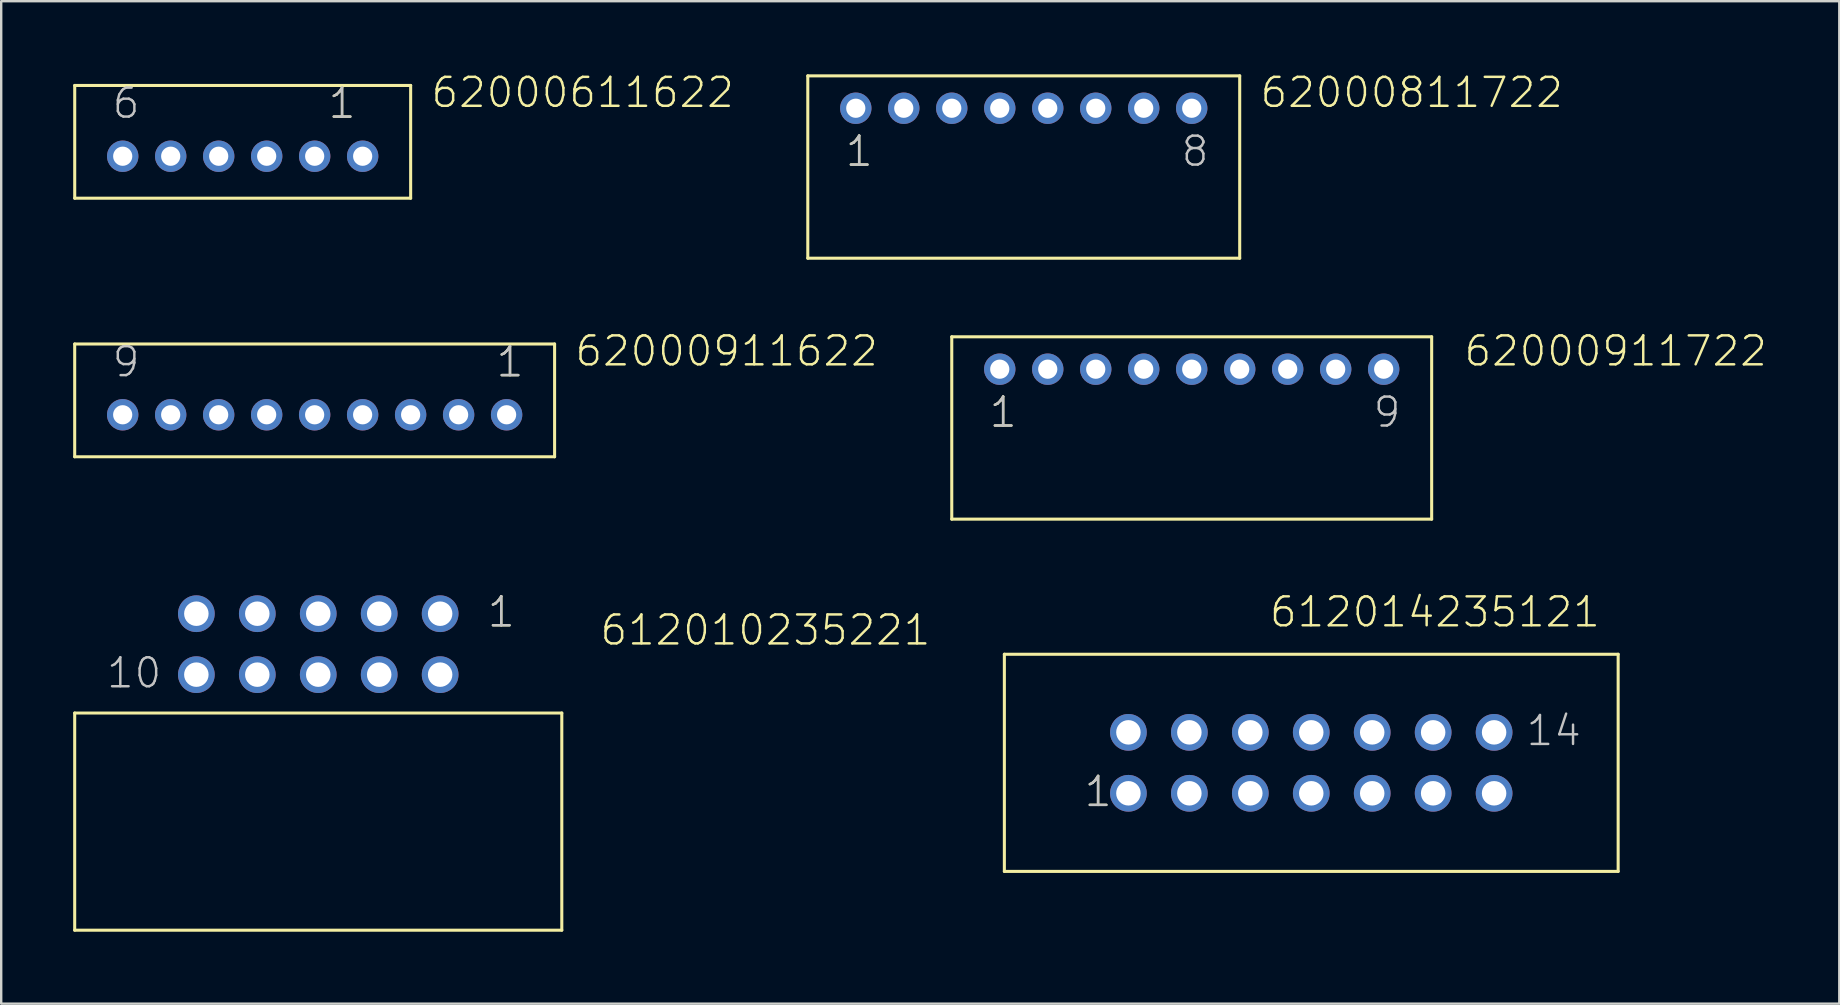
<source format=kicad_pcb>
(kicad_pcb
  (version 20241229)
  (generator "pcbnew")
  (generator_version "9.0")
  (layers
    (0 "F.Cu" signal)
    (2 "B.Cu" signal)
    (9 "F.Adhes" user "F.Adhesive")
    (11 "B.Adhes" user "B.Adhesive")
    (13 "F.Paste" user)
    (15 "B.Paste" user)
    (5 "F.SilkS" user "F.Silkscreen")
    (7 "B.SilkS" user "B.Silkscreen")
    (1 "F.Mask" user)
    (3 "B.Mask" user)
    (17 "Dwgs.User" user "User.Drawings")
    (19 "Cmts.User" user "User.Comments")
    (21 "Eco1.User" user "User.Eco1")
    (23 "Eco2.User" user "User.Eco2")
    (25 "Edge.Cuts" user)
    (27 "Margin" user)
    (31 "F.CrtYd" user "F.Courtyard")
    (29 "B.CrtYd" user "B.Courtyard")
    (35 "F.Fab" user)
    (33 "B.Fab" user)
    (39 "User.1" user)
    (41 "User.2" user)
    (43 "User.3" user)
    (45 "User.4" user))
  (footprint "62000911722"
    (layer "F.Cu")
    (at 46.615 12.336)
    (property "Reference" "62000911722" (at 11.285 -0.05 0) (layer "F.SilkS") (effects (font (size 1.206 1.206) (thickness 0.102)) (justify left bottom)))
    (attr through_hole)
    (fp_line (start -10 -1.35) (end 10 -1.35) (stroke (width 0.127) (type solid)) (layer "F.SilkS"))
    (fp_line (start -10 6.25) (end -10 -1.35) (stroke (width 0.127) (type solid)) (layer "F.SilkS"))
    (fp_line (start 10 -1.35) (end 10 6.25) (stroke (width 0.127) (type solid)) (layer "F.SilkS"))
    (fp_line (start 10 6.25) (end -10 6.25) (stroke (width 0.127) (type solid)) (layer "F.SilkS"))
    (fp_text user "1" (at -8.5 2.5 0) (layer "F.SilkS") (effects (font (size 1.206 1.206) (thickness 0.102)) (justify left bottom)))
    (fp_text user "9" (at 7.5 2.5 0) (layer "Dwgs.User") (effects (font (size 1.206 1.206) (thickness 0.102)) (justify left bottom)))
    (fp_text user "1" (at -8.5 2.5 0) (layer "Dwgs.User") (effects (font (size 1.206 1.206) (thickness 0.102)) (justify left bottom)))
    (pad "1" thru_hole circle (at -8 0 180) (size 1.308 1.308) (drill 0.8) (layers "*.Cu" "*.Mask"))
    (pad "2" thru_hole circle (at -6 0 180) (size 1.308 1.308) (drill 0.8) (layers "*.Cu" "*.Mask"))
    (pad "3" thru_hole circle (at -4 0 180) (size 1.308 1.308) (drill 0.8) (layers "*.Cu" "*.Mask"))
    (pad "4" thru_hole circle (at -2 0 180) (size 1.308 1.308) (drill 0.8) (layers "*.Cu" "*.Mask"))
    (pad "5" thru_hole circle (at 0 0 180) (size 1.308 1.308) (drill 0.8) (layers "*.Cu" "*.Mask"))
    (pad "6" thru_hole circle (at 2 0 180) (size 1.308 1.308) (drill 0.8) (layers "*.Cu" "*.Mask"))
    (pad "7" thru_hole circle (at 4 0 180) (size 1.308 1.308) (drill 0.8) (layers "*.Cu" "*.Mask"))
    (pad "8" thru_hole circle (at 6 0 180) (size 1.308 1.308) (drill 0.8) (layers "*.Cu" "*.Mask"))
    (pad "9" thru_hole circle (at 8 0 180) (size 1.308 1.308) (drill 0.8) (layers "*.Cu" "*.Mask")))
  (footprint "62000611622"
    (layer "F.Cu")
    (at 7.064 3.461)
    (property "Reference" "62000611622" (at 7.785 -1.95 0) (layer "F.SilkS") (effects (font (size 1.206 1.206) (thickness 0.102)) (justify left bottom)))
    (attr through_hole)
    (fp_line (start -7 -2.95) (end 7 -2.95) (stroke (width 0.127) (type solid)) (layer "F.SilkS"))
    (fp_line (start -7 1.75) (end -7 -2.95) (stroke (width 0.127) (type solid)) (layer "F.SilkS"))
    (fp_line (start 7 -2.95) (end 7 1.75) (stroke (width 0.127) (type solid)) (layer "F.SilkS"))
    (fp_line (start 7 1.75) (end -7 1.75) (stroke (width 0.127) (type solid)) (layer "F.SilkS"))
    (fp_text user "1" (at 3.5 -1.5 0) (layer "F.SilkS") (effects (font (size 1.206 1.206) (thickness 0.102)) (justify left bottom)))
    (fp_text user "1" (at 3.5 -1.5 0) (layer "Dwgs.User") (effects (font (size 1.206 1.206) (thickness 0.102)) (justify left bottom)))
    (fp_text user "6" (at -5.5 -1.5 0) (layer "Dwgs.User") (effects (font (size 1.206 1.206) (thickness 0.102)) (justify left bottom)))
    (pad "1" thru_hole circle (at 5 0) (size 1.308 1.308) (drill 0.8) (layers "*.Cu" "*.Mask"))
    (pad "2" thru_hole circle (at 3 0) (size 1.308 1.308) (drill 0.8) (layers "*.Cu" "*.Mask"))
    (pad "3" thru_hole circle (at 1 0) (size 1.308 1.308) (drill 0.8) (layers "*.Cu" "*.Mask"))
    (pad "4" thru_hole circle (at -1 0) (size 1.308 1.308) (drill 0.8) (layers "*.Cu" "*.Mask"))
    (pad "5" thru_hole circle (at -3 0) (size 1.308 1.308) (drill 0.8) (layers "*.Cu" "*.Mask"))
    (pad "6" thru_hole circle (at -5 0) (size 1.308 1.308) (drill 0.8) (layers "*.Cu" "*.Mask")))
  (footprint "612014235121"
    (layer "F.Cu")
    (at 51.597 28.741)
    (property "Reference" "612014235121" (at -1.805 -5.58 0) (layer "F.SilkS") (effects (font (size 1.206 1.206) (thickness 0.102)) (justify left bottom)))
    (attr through_hole)
    (fp_line (start -12.79 -4.525) (end 12.79 -4.525) (stroke (width 0.127) (type solid)) (layer "F.SilkS"))
    (fp_line (start -12.79 4.525) (end -12.79 -4.525) (stroke (width 0.127) (type solid)) (layer "F.SilkS"))
    (fp_line (start 12.79 -4.525) (end 12.79 4.525) (stroke (width 0.127) (type solid)) (layer "F.SilkS"))
    (fp_line (start 12.79 4.525) (end -12.79 4.525) (stroke (width 0.127) (type solid)) (layer "F.SilkS"))
    (fp_text user "1" (at -9.525 1.905 0) (layer "F.SilkS") (effects (font (size 1.206 1.206) (thickness 0.102)) (justify left bottom)))
    (fp_text user "1" (at -9.525 1.905 0) (layer "Dwgs.User") (effects (font (size 1.206 1.206) (thickness 0.102)) (justify left bottom)))
    (fp_text user "14" (at 8.89 -0.635 0) (layer "Dwgs.User") (effects (font (size 1.206 1.206) (thickness 0.102)) (justify left bottom)))
    (pad "1" thru_hole circle (at -7.62 1.27) (size 1.53 1.53) (drill 1.02) (layers "*.Cu" "*.Mask"))
    (pad "2" thru_hole circle (at -7.62 -1.27) (size 1.53 1.53) (drill 1.02) (layers "*.Cu" "*.Mask"))
    (pad "3" thru_hole circle (at -5.08 1.27) (size 1.53 1.53) (drill 1.02) (layers "*.Cu" "*.Mask"))
    (pad "4" thru_hole circle (at -5.08 -1.27) (size 1.53 1.53) (drill 1.02) (layers "*.Cu" "*.Mask"))
    (pad "5" thru_hole circle (at -2.54 1.27) (size 1.53 1.53) (drill 1.02) (layers "*.Cu" "*.Mask"))
    (pad "6" thru_hole circle (at -2.54 -1.27) (size 1.53 1.53) (drill 1.02) (layers "*.Cu" "*.Mask"))
    (pad "7" thru_hole circle (at 0 1.27) (size 1.53 1.53) (drill 1.02) (layers "*.Cu" "*.Mask"))
    (pad "8" thru_hole circle (at 0 -1.27) (size 1.53 1.53) (drill 1.02) (layers "*.Cu" "*.Mask"))
    (pad "9" thru_hole circle (at 2.54 1.27) (size 1.53 1.53) (drill 1.02) (layers "*.Cu" "*.Mask"))
    (pad "10" thru_hole circle (at 2.54 -1.27) (size 1.53 1.53) (drill 1.02) (layers "*.Cu" "*.Mask"))
    (pad "11" thru_hole circle (at 5.08 1.27) (size 1.53 1.53) (drill 1.02) (layers "*.Cu" "*.Mask"))
    (pad "12" thru_hole circle (at 5.08 -1.27) (size 1.53 1.53) (drill 1.02) (layers "*.Cu" "*.Mask"))
    (pad "13" thru_hole circle (at 7.62 1.27) (size 1.53 1.53) (drill 1.02) (layers "*.Cu" "*.Mask"))
    (pad "14" thru_hole circle (at 7.62 -1.27) (size 1.53 1.53) (drill 1.02) (layers "*.Cu" "*.Mask")))
  (footprint "62000811722"
    (layer "F.Cu")
    (at 39.615 1.461)
    (property "Reference" "62000811722" (at 9.785 0.05 0) (layer "F.SilkS") (effects (font (size 1.206 1.206) (thickness 0.102)) (justify left bottom)))
    (attr through_hole)
    (fp_line (start -9 -1.35) (end 9 -1.35) (stroke (width 0.127) (type solid)) (layer "F.SilkS"))
    (fp_line (start -9 6.25) (end -9 -1.35) (stroke (width 0.127) (type solid)) (layer "F.SilkS"))
    (fp_line (start 9 -1.35) (end 9 6.25) (stroke (width 0.127) (type solid)) (layer "F.SilkS"))
    (fp_line (start 9 6.25) (end -9 6.25) (stroke (width 0.127) (type solid)) (layer "F.SilkS"))
    (fp_text user "1" (at -7.5 2.5 0) (layer "F.SilkS") (effects (font (size 1.206 1.206) (thickness 0.102)) (justify left bottom)))
    (fp_text user "8" (at 6.5 2.5 0) (layer "Dwgs.User") (effects (font (size 1.206 1.206) (thickness 0.102)) (justify left bottom)))
    (fp_text user "1" (at -7.5 2.5 0) (layer "Dwgs.User") (effects (font (size 1.206 1.206) (thickness 0.102)) (justify left bottom)))
    (pad "1" thru_hole circle (at -7 0 180) (size 1.308 1.308) (drill 0.8) (layers "*.Cu" "*.Mask"))
    (pad "2" thru_hole circle (at -5 0 180) (size 1.308 1.308) (drill 0.8) (layers "*.Cu" "*.Mask"))
    (pad "3" thru_hole circle (at -3 0 180) (size 1.308 1.308) (drill 0.8) (layers "*.Cu" "*.Mask"))
    (pad "4" thru_hole circle (at -1 0 180) (size 1.308 1.308) (drill 0.8) (layers "*.Cu" "*.Mask"))
    (pad "5" thru_hole circle (at 1 0 180) (size 1.308 1.308) (drill 0.8) (layers "*.Cu" "*.Mask"))
    (pad "6" thru_hole circle (at 3 0 180) (size 1.308 1.308) (drill 0.8) (layers "*.Cu" "*.Mask"))
    (pad "7" thru_hole circle (at 5 0 180) (size 1.308 1.308) (drill 0.8) (layers "*.Cu" "*.Mask"))
    (pad "8" thru_hole circle (at 7 0 180) (size 1.308 1.308) (drill 0.8) (layers "*.Cu" "*.Mask")))
  (footprint "62000911622"
    (layer "F.Cu")
    (at 10.063 14.236)
    (property "Reference" "62000911622" (at 10.785 -1.95 0) (layer "F.SilkS") (effects (font (size 1.206 1.206) (thickness 0.102)) (justify left bottom)))
    (attr through_hole)
    (fp_line (start -10 -2.95) (end 10 -2.95) (stroke (width 0.127) (type solid)) (layer "F.SilkS"))
    (fp_line (start -10 1.75) (end -10 -2.95) (stroke (width 0.127) (type solid)) (layer "F.SilkS"))
    (fp_line (start 10 -2.95) (end 10 1.75) (stroke (width 0.127) (type solid)) (layer "F.SilkS"))
    (fp_line (start 10 1.75) (end -10 1.75) (stroke (width 0.127) (type solid)) (layer "F.SilkS"))
    (fp_text user "1" (at 7.5 -1.5 0) (layer "F.SilkS") (effects (font (size 1.206 1.206) (thickness 0.102)) (justify left bottom)))
    (fp_text user "1" (at 7.5 -1.5 0) (layer "Dwgs.User") (effects (font (size 1.206 1.206) (thickness 0.102)) (justify left bottom)))
    (fp_text user "9" (at -8.5 -1.5 0) (layer "Dwgs.User") (effects (font (size 1.206 1.206) (thickness 0.102)) (justify left bottom)))
    (pad "1" thru_hole circle (at 8 0) (size 1.308 1.308) (drill 0.8) (layers "*.Cu" "*.Mask"))
    (pad "2" thru_hole circle (at 6 0) (size 1.308 1.308) (drill 0.8) (layers "*.Cu" "*.Mask"))
    (pad "3" thru_hole circle (at 4 0) (size 1.308 1.308) (drill 0.8) (layers "*.Cu" "*.Mask"))
    (pad "4" thru_hole circle (at 2 0) (size 1.308 1.308) (drill 0.8) (layers "*.Cu" "*.Mask"))
    (pad "5" thru_hole circle (at 0 0) (size 1.308 1.308) (drill 0.8) (layers "*.Cu" "*.Mask"))
    (pad "6" thru_hole circle (at -2 0) (size 1.308 1.308) (drill 0.8) (layers "*.Cu" "*.Mask"))
    (pad "7" thru_hole circle (at -4 0) (size 1.308 1.308) (drill 0.8) (layers "*.Cu" "*.Mask"))
    (pad "8" thru_hole circle (at -6 0) (size 1.308 1.308) (drill 0.8) (layers "*.Cu" "*.Mask"))
    (pad "9" thru_hole circle (at -8 0) (size 1.308 1.308) (drill 0.8) (layers "*.Cu" "*.Mask")))
  (footprint "612010235221"
    (layer "F.Cu")
    (at 10.213 23.796)
    (property "Reference" "612010235221" (at 11.678 0.12 0) (layer "F.SilkS") (effects (font (size 1.206 1.206) (thickness 0.102)) (justify left bottom)))
    (attr through_hole)
    (fp_line (start -10.15 2.87) (end 10.15 2.87) (stroke (width 0.127) (type solid)) (layer "F.SilkS"))
    (fp_line (start -10.15 11.92) (end -10.15 2.87) (stroke (width 0.127) (type solid)) (layer "F.SilkS"))
    (fp_line (start 10.15 2.87) (end 10.15 11.92) (stroke (width 0.127) (type solid)) (layer "F.SilkS"))
    (fp_line (start 10.15 11.92) (end -10.15 11.92) (stroke (width 0.127) (type solid)) (layer "F.SilkS"))
    (fp_text user "1" (at 6.985 -0.635 0) (layer "F.SilkS") (effects (font (size 1.206 1.206) (thickness 0.102)) (justify left bottom)))
    (fp_text user "1" (at 6.985 -0.635 0) (layer "Dwgs.User") (effects (font (size 1.206 1.206) (thickness 0.102)) (justify left bottom)))
    (fp_text user "10" (at -8.89 1.905 0) (layer "Dwgs.User") (effects (font (size 1.206 1.206) (thickness 0.102)) (justify left bottom)))
    (pad "1" thru_hole circle (at 5.08 -1.27 180) (size 1.53 1.53) (drill 1.02) (layers "*.Cu" "*.Mask"))
    (pad "2" thru_hole circle (at 5.08 1.27 180) (size 1.53 1.53) (drill 1.02) (layers "*.Cu" "*.Mask"))
    (pad "3" thru_hole circle (at 2.54 -1.27 180) (size 1.53 1.53) (drill 1.02) (layers "*.Cu" "*.Mask"))
    (pad "4" thru_hole circle (at 2.54 1.27 180) (size 1.53 1.53) (drill 1.02) (layers "*.Cu" "*.Mask"))
    (pad "5" thru_hole circle (at 0 -1.27 180) (size 1.53 1.53) (drill 1.02) (layers "*.Cu" "*.Mask"))
    (pad "6" thru_hole circle (at 0 1.27 180) (size 1.53 1.53) (drill 1.02) (layers "*.Cu" "*.Mask"))
    (pad "7" thru_hole circle (at -2.54 -1.27 180) (size 1.53 1.53) (drill 1.02) (layers "*.Cu" "*.Mask"))
    (pad "8" thru_hole circle (at -2.54 1.27 180) (size 1.53 1.53) (drill 1.02) (layers "*.Cu" "*.Mask"))
    (pad "9" thru_hole circle (at -5.08 -1.27 180) (size 1.53 1.53) (drill 1.02) (layers "*.Cu" "*.Mask"))
    (pad "10" thru_hole circle (at -5.08 1.27 180) (size 1.53 1.53) (drill 1.02) (layers "*.Cu" "*.Mask")))
  (gr_rect
    (start -3 -3)
    (end 73.603 38.779)
    (stroke (width 0.1) (type default))
    (fill no)
    (layer "Edge.Cuts")))
</source>
